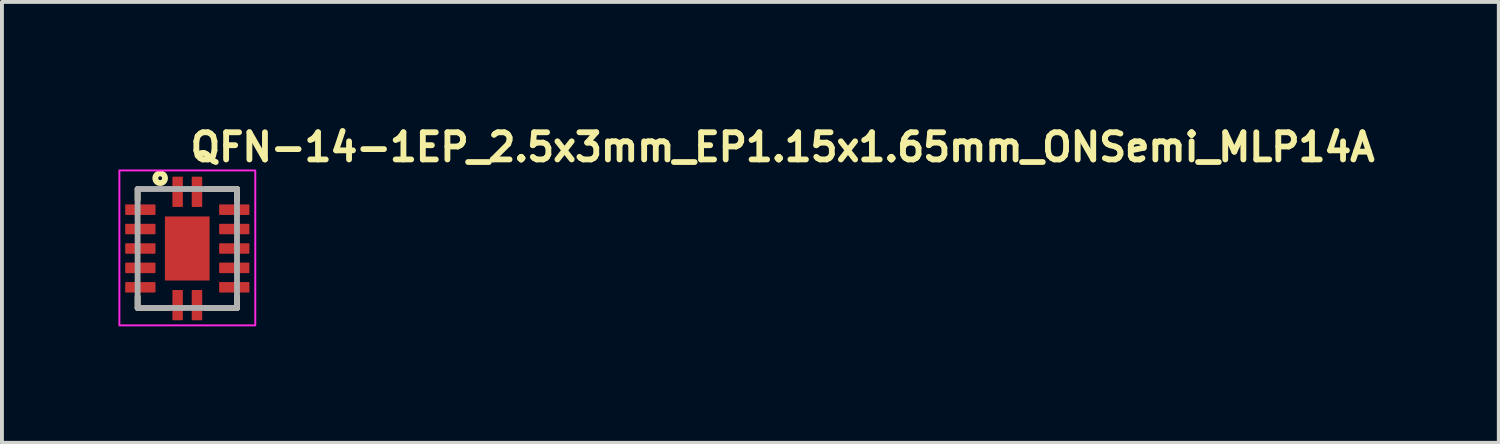
<source format=kicad_pcb>
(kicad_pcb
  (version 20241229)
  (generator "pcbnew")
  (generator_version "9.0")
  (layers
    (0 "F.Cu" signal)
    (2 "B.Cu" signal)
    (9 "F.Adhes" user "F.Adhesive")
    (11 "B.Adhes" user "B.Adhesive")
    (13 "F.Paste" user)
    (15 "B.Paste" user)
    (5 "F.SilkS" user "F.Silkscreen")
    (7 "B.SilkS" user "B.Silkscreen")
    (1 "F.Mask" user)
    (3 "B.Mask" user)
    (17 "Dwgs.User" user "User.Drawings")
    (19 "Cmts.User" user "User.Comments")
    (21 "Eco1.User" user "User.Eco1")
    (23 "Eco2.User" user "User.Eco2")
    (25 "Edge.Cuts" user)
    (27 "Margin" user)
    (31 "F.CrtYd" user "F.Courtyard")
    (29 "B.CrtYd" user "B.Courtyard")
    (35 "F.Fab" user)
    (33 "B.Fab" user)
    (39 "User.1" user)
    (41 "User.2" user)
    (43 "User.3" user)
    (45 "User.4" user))
  (footprint "QFN-14-1EP_2.5x3mm_EP1.15x1.65mm_ONSemi_MLP14A"
    (layer "F.Cu")
    (at 1.775 3.35)
    (property "Reference" "QFN-14-1EP_2.5x3mm_EP1.15x1.65mm_ONSemi_MLP14A" (at 0 -2.2 0) (layer "F.SilkS") (effects (font (size 0.7 0.7) (thickness 0.15)) (justify left bottom)))
    (attr smd)
    (fp_line (start -1.28 -1.53) (end -1.28 -1.25) (stroke (width 0.15) (type solid)) (layer "F.SilkS"))
    (fp_line (start -1.28 1.241) (end -1.279 1.532) (stroke (width 0.15) (type solid)) (layer "F.SilkS"))
    (fp_line (start -0.49 1.532) (end -1.279 1.532) (stroke (width 0.15) (type solid)) (layer "F.SilkS"))
    (fp_line (start 0.49 -1.532) (end 1.279 -1.532) (stroke (width 0.15) (type solid)) (layer "F.SilkS"))
    (fp_line (start 0.49 1.532) (end 1.279 1.532) (stroke (width 0.15) (type solid)) (layer "F.SilkS"))
    (fp_line (start 1.28 -1.24) (end 1.279 -1.532) (stroke (width 0.15) (type solid)) (layer "F.SilkS"))
    (fp_line (start 1.28 1.241) (end 1.279 1.532) (stroke (width 0.15) (type solid)) (layer "F.SilkS"))
    (fp_circle (center -0.7 -1.81) (end -0.65 -1.81) (stroke (width 0.15) (type solid)) (fill no) (layer "F.SilkS"))
    (fp_poly (pts (xy -0.382 -0.697) (xy 0.378 -0.697) (xy 0.378 -0.066) (xy -0.382 -0.066)) (stroke (width 0.01) (type solid)) (fill yes) (layer "F.Paste"))
    (fp_poly (pts (xy -0.382 0.063) (xy 0.378 0.063) (xy 0.378 0.693) (xy -0.382 0.693)) (stroke (width 0.01) (type solid)) (fill yes) (layer "F.Paste"))
    (fp_rect (start -1.75 -2.01) (end 1.75 1.98) (stroke (width 0.05) (type solid)) (fill no) (layer "F.CrtYd"))
    (fp_line (start -1.281 -1.532) (end 1.279 -1.532) (stroke (width 0.15) (type solid)) (layer "F.Fab"))
    (fp_line (start -1.281 1.531) (end -1.281 -1.532) (stroke (width 0.15) (type solid)) (layer "F.Fab"))
    (fp_line (start 1.279 -1.532) (end 1.279 1.531) (stroke (width 0.15) (type solid)) (layer "F.Fab"))
    (fp_line (start 1.279 1.531) (end -1.281 1.531) (stroke (width 0.15) (type solid)) (layer "F.Fab"))
    (fp_rect (start -1.295 -1.549) (end 1.294 1.548) (stroke (width 0.1) (type solid)) (fill no) (layer "User.5"))
    (fp_line (start -1.295 -0.887) (end -1.295 -1.115) (stroke (width 0.02) (type solid)) (layer "User.9"))
    (fp_line (start -1.295 -0.887) (end -1.246 -0.887) (stroke (width 0.02) (type solid)) (layer "User.9"))
    (fp_line (start -1.295 -0.388) (end -1.295 -0.616) (stroke (width 0.02) (type solid)) (layer "User.9"))
    (fp_line (start -1.295 -0.388) (end -1.246 -0.388) (stroke (width 0.02) (type solid)) (layer "User.9"))
    (fp_line (start -1.295 0.114) (end -1.295 -0.115) (stroke (width 0.02) (type solid)) (layer "User.9"))
    (fp_line (start -1.295 0.114) (end -1.246 0.114) (stroke (width 0.02) (type solid)) (layer "User.9"))
    (fp_line (start -1.295 0.612) (end -1.295 0.387) (stroke (width 0.02) (type solid)) (layer "User.9"))
    (fp_line (start -1.295 0.612) (end -1.246 0.612) (stroke (width 0.02) (type solid)) (layer "User.9"))
    (fp_line (start -1.295 1.112) (end -1.295 0.886) (stroke (width 0.02) (type solid)) (layer "User.9"))
    (fp_line (start -1.295 1.112) (end -1.246 1.112) (stroke (width 0.02) (type solid)) (layer "User.9"))
    (fp_line (start -1.246 -1.5) (end -1.246 1.499) (stroke (width 0.02) (type solid)) (layer "User.9"))
    (fp_line (start -1.246 -1.115) (end -1.295 -1.115) (stroke (width 0.02) (type solid)) (layer "User.9"))
    (fp_line (start -1.246 -0.616) (end -1.295 -0.616) (stroke (width 0.02) (type solid)) (layer "User.9"))
    (fp_line (start -1.246 -0.115) (end -1.295 -0.115) (stroke (width 0.02) (type solid)) (layer "User.9"))
    (fp_line (start -1.246 0.387) (end -1.295 0.387) (stroke (width 0.02) (type solid)) (layer "User.9"))
    (fp_line (start -1.246 0.886) (end -1.295 0.886) (stroke (width 0.02) (type solid)) (layer "User.9"))
    (fp_line (start -1.246 1.499) (end 1.245 1.499) (stroke (width 0.02) (type solid)) (layer "User.9"))
    (fp_line (start -1.06 -1.004) (end -1.06 -1) (stroke (width 0.02) (type solid)) (layer "User.9"))
    (fp_line (start -1.06 -1) (end -1.06 -1) (stroke (width 0.02) (type solid)) (layer "User.9"))
    (fp_line (start -1.06 -1) (end -1.06 -0.996) (stroke (width 0.02) (type solid)) (layer "User.9"))
    (fp_line (start -1.06 -0.996) (end -1.059 -0.994) (stroke (width 0.02) (type solid)) (layer "User.9"))
    (fp_line (start -1.059 -1.01) (end -1.059 -1.006) (stroke (width 0.02) (type solid)) (layer "User.9"))
    (fp_line (start -1.059 -1.006) (end -1.06 -1.004) (stroke (width 0.02) (type solid)) (layer "User.9"))
    (fp_line (start -1.059 -0.994) (end -1.059 -0.991) (stroke (width 0.02) (type solid)) (layer "User.9"))
    (fp_line (start -1.059 -0.991) (end -1.058 -0.988) (stroke (width 0.02) (type solid)) (layer "User.9"))
    (fp_line (start -1.058 -1.016) (end -1.058 -1.014) (stroke (width 0.02) (type solid)) (layer "User.9"))
    (fp_line (start -1.058 -1.014) (end -1.059 -1.01) (stroke (width 0.02) (type solid)) (layer "User.9"))
    (fp_line (start -1.058 -0.988) (end -1.058 -0.985) (stroke (width 0.02) (type solid)) (layer "User.9"))
    (fp_line (start -1.058 -0.985) (end -1.057 -0.982) (stroke (width 0.02) (type solid)) (layer "User.9"))
    (fp_line (start -1.057 -1.02) (end -1.058 -1.016) (stroke (width 0.02) (type solid)) (layer "User.9"))
    (fp_line (start -1.057 -0.982) (end -1.056 -0.98) (stroke (width 0.02) (type solid)) (layer "User.9"))
    (fp_line (start -1.056 -1.022) (end -1.057 -1.02) (stroke (width 0.02) (type solid)) (layer "User.9"))
    (fp_line (start -1.056 -0.98) (end -1.055 -0.977) (stroke (width 0.02) (type solid)) (layer "User.9"))
    (fp_line (start -1.055 -1.026) (end -1.056 -1.022) (stroke (width 0.02) (type solid)) (layer "User.9"))
    (fp_line (start -1.055 -0.977) (end -1.054 -0.975) (stroke (width 0.02) (type solid)) (layer "User.9"))
    (fp_line (start -1.054 -1.028) (end -1.055 -1.026) (stroke (width 0.02) (type solid)) (layer "User.9"))
    (fp_line (start -1.054 -0.975) (end -1.052 -0.972) (stroke (width 0.02) (type solid)) (layer "User.9"))
    (fp_line (start -1.052 -1.031) (end -1.054 -1.028) (stroke (width 0.02) (type solid)) (layer "User.9"))
    (fp_line (start -1.052 -0.972) (end -1.051 -0.969) (stroke (width 0.02) (type solid)) (layer "User.9"))
    (fp_line (start -1.051 -1.034) (end -1.052 -1.031) (stroke (width 0.02) (type solid)) (layer "User.9"))
    (fp_line (start -1.051 -0.969) (end -1.049 -0.967) (stroke (width 0.02) (type solid)) (layer "User.9"))
    (fp_line (start -1.049 -1.036) (end -1.051 -1.034) (stroke (width 0.02) (type solid)) (layer "User.9"))
    (fp_line (start -1.049 -0.967) (end -1.047 -0.964) (stroke (width 0.02) (type solid)) (layer "User.9"))
    (fp_line (start -1.047 -1.039) (end -1.049 -1.036) (stroke (width 0.02) (type solid)) (layer "User.9"))
    (fp_line (start -1.047 -0.964) (end -1.046 -0.962) (stroke (width 0.02) (type solid)) (layer "User.9"))
    (fp_line (start -1.046 -1.041) (end -1.047 -1.039) (stroke (width 0.02) (type solid)) (layer "User.9"))
    (fp_line (start -1.046 -0.962) (end -1.044 -0.96) (stroke (width 0.02) (type solid)) (layer "User.9"))
    (fp_line (start -1.044 -1.043) (end -1.046 -1.041) (stroke (width 0.02) (type solid)) (layer "User.9"))
    (fp_line (start -1.044 -0.96) (end -1.042 -0.957) (stroke (width 0.02) (type solid)) (layer "User.9"))
    (fp_line (start -1.042 -1.045) (end -1.044 -1.043) (stroke (width 0.02) (type solid)) (layer "User.9"))
    (fp_line (start -1.042 -0.957) (end -1.039 -0.955) (stroke (width 0.02) (type solid)) (layer "User.9"))
    (fp_line (start -1.039 -1.047) (end -1.042 -1.045) (stroke (width 0.02) (type solid)) (layer "User.9"))
    (fp_line (start -1.039 -0.955) (end -1.037 -0.953) (stroke (width 0.02) (type solid)) (layer "User.9"))
    (fp_line (start -1.037 -1.049) (end -1.039 -1.047) (stroke (width 0.02) (type solid)) (layer "User.9"))
    (fp_line (start -1.037 -0.953) (end -1.035 -0.952) (stroke (width 0.02) (type solid)) (layer "User.9"))
    (fp_line (start -1.035 -1.05) (end -1.037 -1.049) (stroke (width 0.02) (type solid)) (layer "User.9"))
    (fp_line (start -1.035 -0.952) (end -1.032 -0.95) (stroke (width 0.02) (type solid)) (layer "User.9"))
    (fp_line (start -1.032 -1.052) (end -1.035 -1.05) (stroke (width 0.02) (type solid)) (layer "User.9"))
    (fp_line (start -1.032 -0.95) (end -1.03 -0.947) (stroke (width 0.02) (type solid)) (layer "User.9"))
    (fp_line (start -1.03 -1.053) (end -1.032 -1.052) (stroke (width 0.02) (type solid)) (layer "User.9"))
    (fp_line (start -1.03 -0.947) (end -1.027 -0.946) (stroke (width 0.02) (type solid)) (layer "User.9"))
    (fp_line (start -1.027 -1.055) (end -1.03 -1.053) (stroke (width 0.02) (type solid)) (layer "User.9"))
    (fp_line (start -1.027 -0.946) (end -1.024 -0.944) (stroke (width 0.02) (type solid)) (layer "User.9"))
    (fp_line (start -1.024 -1.057) (end -1.027 -1.055) (stroke (width 0.02) (type solid)) (layer "User.9"))
    (fp_line (start -1.024 -0.944) (end -1.022 -0.943) (stroke (width 0.02) (type solid)) (layer "User.9"))
    (fp_line (start -1.022 -1.057) (end -1.024 -1.057) (stroke (width 0.02) (type solid)) (layer "User.9"))
    (fp_line (start -1.022 -0.943) (end -1.018 -0.942) (stroke (width 0.02) (type solid)) (layer "User.9"))
    (fp_line (start -1.018 -1.059) (end -1.022 -1.057) (stroke (width 0.02) (type solid)) (layer "User.9"))
    (fp_line (start -1.018 -0.942) (end -1.015 -0.941) (stroke (width 0.02) (type solid)) (layer "User.9"))
    (fp_line (start -1.015 -1.06) (end -1.018 -1.059) (stroke (width 0.02) (type solid)) (layer "User.9"))
    (fp_line (start -1.015 -0.941) (end -1.012 -0.94) (stroke (width 0.02) (type solid)) (layer "User.9"))
    (fp_line (start -1.012 -1.061) (end -1.015 -1.06) (stroke (width 0.02) (type solid)) (layer "User.9"))
    (fp_line (start -1.012 -0.94) (end -1.009 -0.94) (stroke (width 0.02) (type solid)) (layer "User.9"))
    (fp_line (start -1.009 -1.061) (end -1.012 -1.061) (stroke (width 0.02) (type solid)) (layer "User.9"))
    (fp_line (start -1.009 -0.94) (end -1.006 -0.939) (stroke (width 0.02) (type solid)) (layer "User.9"))
    (fp_line (start -1.006 -1.061) (end -1.009 -1.061) (stroke (width 0.02) (type solid)) (layer "User.9"))
    (fp_line (start -1.006 -0.939) (end -1.003 -0.939) (stroke (width 0.02) (type solid)) (layer "User.9"))
    (fp_line (start -1.003 -1.061) (end -1.006 -1.061) (stroke (width 0.02) (type solid)) (layer "User.9"))
    (fp_line (start -1.003 -0.939) (end -1 -0.938) (stroke (width 0.02) (type solid)) (layer "User.9"))
    (fp_line (start -1 -1.063) (end -1.003 -1.061) (stroke (width 0.02) (type solid)) (layer "User.9"))
    (fp_line (start -1 -0.938) (end -0.996 -0.938) (stroke (width 0.02) (type solid)) (layer "User.9"))
    (fp_line (start -0.996 -1.063) (end -1 -1.063) (stroke (width 0.02) (type solid)) (layer "User.9"))
    (fp_line (start -0.996 -1.063) (end -0.996 -1.063) (stroke (width 0.02) (type solid)) (layer "User.9"))
    (fp_line (start -0.996 -0.938) (end -0.996 -0.938) (stroke (width 0.02) (type solid)) (layer "User.9"))
    (fp_line (start -0.996 -0.938) (end -0.993 -0.938) (stroke (width 0.02) (type solid)) (layer "User.9"))
    (fp_line (start -0.993 -1.063) (end -0.996 -1.063) (stroke (width 0.02) (type solid)) (layer "User.9"))
    (fp_line (start -0.993 -0.938) (end -0.99 -0.939) (stroke (width 0.02) (type solid)) (layer "User.9"))
    (fp_line (start -0.99 -1.061) (end -0.993 -1.063) (stroke (width 0.02) (type solid)) (layer "User.9"))
    (fp_line (start -0.99 -0.939) (end -0.987 -0.939) (stroke (width 0.02) (type solid)) (layer "User.9"))
    (fp_line (start -0.987 -1.061) (end -0.99 -1.061) (stroke (width 0.02) (type solid)) (layer "User.9"))
    (fp_line (start -0.987 -0.939) (end -0.984 -0.94) (stroke (width 0.02) (type solid)) (layer "User.9"))
    (fp_line (start -0.984 -1.061) (end -0.987 -1.061) (stroke (width 0.02) (type solid)) (layer "User.9"))
    (fp_line (start -0.984 -0.94) (end -0.981 -0.94) (stroke (width 0.02) (type solid)) (layer "User.9"))
    (fp_line (start -0.981 -1.061) (end -0.984 -1.061) (stroke (width 0.02) (type solid)) (layer "User.9"))
    (fp_line (start -0.981 -0.94) (end -0.978 -0.941) (stroke (width 0.02) (type solid)) (layer "User.9"))
    (fp_line (start -0.978 -1.06) (end -0.981 -1.061) (stroke (width 0.02) (type solid)) (layer "User.9"))
    (fp_line (start -0.978 -0.941) (end -0.975 -0.942) (stroke (width 0.02) (type solid)) (layer "User.9"))
    (fp_line (start -0.975 -1.059) (end -0.978 -1.06) (stroke (width 0.02) (type solid)) (layer "User.9"))
    (fp_line (start -0.975 -0.942) (end -0.972 -0.943) (stroke (width 0.02) (type solid)) (layer "User.9"))
    (fp_line (start -0.972 -1.057) (end -0.975 -1.059) (stroke (width 0.02) (type solid)) (layer "User.9"))
    (fp_line (start -0.972 -0.943) (end -0.97 -0.944) (stroke (width 0.02) (type solid)) (layer "User.9"))
    (fp_line (start -0.97 -1.057) (end -0.972 -1.057) (stroke (width 0.02) (type solid)) (layer "User.9"))
    (fp_line (start -0.97 -0.944) (end -0.967 -0.946) (stroke (width 0.02) (type solid)) (layer "User.9"))
    (fp_line (start -0.967 -1.055) (end -0.97 -1.057) (stroke (width 0.02) (type solid)) (layer "User.9"))
    (fp_line (start -0.967 -0.946) (end -0.964 -0.947) (stroke (width 0.02) (type solid)) (layer "User.9"))
    (fp_line (start -0.964 -1.053) (end -0.967 -1.055) (stroke (width 0.02) (type solid)) (layer "User.9"))
    (fp_line (start -0.964 -0.947) (end -0.962 -0.95) (stroke (width 0.02) (type solid)) (layer "User.9"))
    (fp_line (start -0.962 -1.052) (end -0.964 -1.053) (stroke (width 0.02) (type solid)) (layer "User.9"))
    (fp_line (start -0.962 -0.95) (end -0.959 -0.952) (stroke (width 0.02) (type solid)) (layer "User.9"))
    (fp_line (start -0.959 -1.05) (end -0.962 -1.052) (stroke (width 0.02) (type solid)) (layer "User.9"))
    (fp_line (start -0.959 -0.952) (end -0.957 -0.953) (stroke (width 0.02) (type solid)) (layer "User.9"))
    (fp_line (start -0.957 -1.049) (end -0.959 -1.05) (stroke (width 0.02) (type solid)) (layer "User.9"))
    (fp_line (start -0.957 -0.953) (end -0.955 -0.955) (stroke (width 0.02) (type solid)) (layer "User.9"))
    (fp_line (start -0.955 -1.047) (end -0.957 -1.049) (stroke (width 0.02) (type solid)) (layer "User.9"))
    (fp_line (start -0.955 -0.955) (end -0.953 -0.957) (stroke (width 0.02) (type solid)) (layer "User.9"))
    (fp_line (start -0.953 -1.045) (end -0.955 -1.047) (stroke (width 0.02) (type solid)) (layer "User.9"))
    (fp_line (start -0.953 -0.957) (end -0.951 -0.96) (stroke (width 0.02) (type solid)) (layer "User.9"))
    (fp_line (start -0.951 -1.043) (end -0.953 -1.045) (stroke (width 0.02) (type solid)) (layer "User.9"))
    (fp_line (start -0.951 -0.96) (end -0.949 -0.962) (stroke (width 0.02) (type solid)) (layer "User.9"))
    (fp_line (start -0.949 -1.041) (end -0.951 -1.043) (stroke (width 0.02) (type solid)) (layer "User.9"))
    (fp_line (start -0.949 -0.962) (end -0.948 -0.964) (stroke (width 0.02) (type solid)) (layer "User.9"))
    (fp_line (start -0.948 -1.039) (end -0.949 -1.041) (stroke (width 0.02) (type solid)) (layer "User.9"))
    (fp_line (start -0.948 -0.964) (end -0.946 -0.967) (stroke (width 0.02) (type solid)) (layer "User.9"))
    (fp_line (start -0.946 -1.036) (end -0.948 -1.039) (stroke (width 0.02) (type solid)) (layer "User.9"))
    (fp_line (start -0.946 -0.967) (end -0.944 -0.969) (stroke (width 0.02) (type solid)) (layer "User.9"))
    (fp_line (start -0.944 -1.034) (end -0.946 -1.036) (stroke (width 0.02) (type solid)) (layer "User.9"))
    (fp_line (start -0.944 -0.969) (end -0.943 -0.972) (stroke (width 0.02) (type solid)) (layer "User.9"))
    (fp_line (start -0.943 -1.031) (end -0.944 -1.034) (stroke (width 0.02) (type solid)) (layer "User.9"))
    (fp_line (start -0.943 -0.972) (end -0.941 -0.975) (stroke (width 0.02) (type solid)) (layer "User.9"))
    (fp_line (start -0.941 -1.028) (end -0.943 -1.031) (stroke (width 0.02) (type solid)) (layer "User.9"))
    (fp_line (start -0.941 -0.975) (end -0.94 -0.977) (stroke (width 0.02) (type solid)) (layer "User.9"))
    (fp_line (start -0.94 -1.026) (end -0.941 -1.028) (stroke (width 0.02) (type solid)) (layer "User.9"))
    (fp_line (start -0.94 -0.977) (end -0.939 -0.98) (stroke (width 0.02) (type solid)) (layer "User.9"))
    (fp_line (start -0.939 -1.022) (end -0.94 -1.026) (stroke (width 0.02) (type solid)) (layer "User.9"))
    (fp_line (start -0.939 -0.98) (end -0.938 -0.982) (stroke (width 0.02) (type solid)) (layer "User.9"))
    (fp_line (start -0.938 -1.02) (end -0.939 -1.022) (stroke (width 0.02) (type solid)) (layer "User.9"))
    (fp_line (start -0.938 -0.982) (end -0.937 -0.985) (stroke (width 0.02) (type solid)) (layer "User.9"))
    (fp_line (start -0.937 -1.016) (end -0.938 -1.02) (stroke (width 0.02) (type solid)) (layer "User.9"))
    (fp_line (start -0.937 -1.014) (end -0.937 -1.016) (stroke (width 0.02) (type solid)) (layer "User.9"))
    (fp_line (start -0.937 -0.988) (end -0.936 -0.991) (stroke (width 0.02) (type solid)) (layer "User.9"))
    (fp_line (start -0.937 -0.985) (end -0.937 -0.988) (stroke (width 0.02) (type solid)) (layer "User.9"))
    (fp_line (start -0.936 -1.01) (end -0.937 -1.014) (stroke (width 0.02) (type solid)) (layer "User.9"))
    (fp_line (start -0.936 -1.006) (end -0.936 -1.01) (stroke (width 0.02) (type solid)) (layer "User.9"))
    (fp_line (start -0.936 -0.994) (end -0.935 -0.996) (stroke (width 0.02) (type solid)) (layer "User.9"))
    (fp_line (start -0.936 -0.991) (end -0.936 -0.994) (stroke (width 0.02) (type solid)) (layer "User.9"))
    (fp_line (start -0.935 -1.004) (end -0.936 -1.006) (stroke (width 0.02) (type solid)) (layer "User.9"))
    (fp_line (start -0.935 -1) (end -0.935 -1.004) (stroke (width 0.02) (type solid)) (layer "User.9"))
    (fp_line (start -0.935 -1) (end -0.935 -1) (stroke (width 0.02) (type solid)) (layer "User.9"))
    (fp_line (start -0.935 -1) (end -0.935 -1) (stroke (width 0.02) (type solid)) (layer "User.9"))
    (fp_line (start -0.935 -0.996) (end -0.935 -1) (stroke (width 0.02) (type solid)) (layer "User.9"))
    (fp_line (start -0.365 -1.549) (end -0.365 -1.5) (stroke (width 0.02) (type solid)) (layer "User.9"))
    (fp_line (start -0.365 -1.549) (end -0.137 -1.549) (stroke (width 0.02) (type solid)) (layer "User.9"))
    (fp_line (start -0.365 1.499) (end -0.365 1.548) (stroke (width 0.02) (type solid)) (layer "User.9"))
    (fp_line (start -0.137 -1.5) (end -0.137 -1.549) (stroke (width 0.02) (type solid)) (layer "User.9"))
    (fp_line (start -0.137 1.548) (end -0.365 1.548) (stroke (width 0.02) (type solid)) (layer "User.9"))
    (fp_line (start -0.137 1.548) (end -0.137 1.499) (stroke (width 0.02) (type solid)) (layer "User.9"))
    (fp_line (start 0.136 -1.549) (end 0.136 -1.5) (stroke (width 0.02) (type solid)) (layer "User.9"))
    (fp_line (start 0.136 -1.549) (end 0.362 -1.549) (stroke (width 0.02) (type solid)) (layer "User.9"))
    (fp_line (start 0.136 1.499) (end 0.136 1.548) (stroke (width 0.02) (type solid)) (layer "User.9"))
    (fp_line (start 0.362 -1.5) (end 0.362 -1.549) (stroke (width 0.02) (type solid)) (layer "User.9"))
    (fp_line (start 0.362 1.548) (end 0.136 1.548) (stroke (width 0.02) (type solid)) (layer "User.9"))
    (fp_line (start 0.362 1.548) (end 0.362 1.499) (stroke (width 0.02) (type solid)) (layer "User.9"))
    (fp_line (start 1.245 -1.5) (end -1.246 -1.5) (stroke (width 0.02) (type solid)) (layer "User.9"))
    (fp_line (start 1.245 -0.887) (end 1.294 -0.887) (stroke (width 0.02) (type solid)) (layer "User.9"))
    (fp_line (start 1.245 -0.388) (end 1.294 -0.388) (stroke (width 0.02) (type solid)) (layer "User.9"))
    (fp_line (start 1.245 0.114) (end 1.294 0.114) (stroke (width 0.02) (type solid)) (layer "User.9"))
    (fp_line (start 1.245 0.612) (end 1.294 0.612) (stroke (width 0.02) (type solid)) (layer "User.9"))
    (fp_line (start 1.245 1.112) (end 1.294 1.112) (stroke (width 0.02) (type solid)) (layer "User.9"))
    (fp_line (start 1.245 1.499) (end 1.245 -1.5) (stroke (width 0.02) (type solid)) (layer "User.9"))
    (fp_line (start 1.294 -1.115) (end 1.245 -1.115) (stroke (width 0.02) (type solid)) (layer "User.9"))
    (fp_line (start 1.294 -1.115) (end 1.294 -0.887) (stroke (width 0.02) (type solid)) (layer "User.9"))
    (fp_line (start 1.294 -0.616) (end 1.245 -0.616) (stroke (width 0.02) (type solid)) (layer "User.9"))
    (fp_line (start 1.294 -0.616) (end 1.294 -0.388) (stroke (width 0.02) (type solid)) (layer "User.9"))
    (fp_line (start 1.294 -0.115) (end 1.245 -0.115) (stroke (width 0.02) (type solid)) (layer "User.9"))
    (fp_line (start 1.294 -0.115) (end 1.294 0.114) (stroke (width 0.02) (type solid)) (layer "User.9"))
    (fp_line (start 1.294 0.387) (end 1.245 0.387) (stroke (width 0.02) (type solid)) (layer "User.9"))
    (fp_line (start 1.294 0.387) (end 1.294 0.612) (stroke (width 0.02) (type solid)) (layer "User.9"))
    (fp_line (start 1.294 0.886) (end 1.245 0.886) (stroke (width 0.02) (type solid)) (layer "User.9"))
    (fp_line (start 1.294 0.886) (end 1.294 1.112) (stroke (width 0.02) (type solid)) (layer "User.9"))
    (pad "1" smd roundrect (at -0.25 -1.46 90) (size 0.78 0.27) (layers "F.Cu" "F.Mask" "F.Paste") (roundrect_rratio 0.07))
    (pad "2" smd roundrect (at -1.21 -1 180) (size 0.78 0.27) (layers "F.Cu" "F.Mask" "F.Paste") (roundrect_rratio 0.07))
    (pad "3" smd roundrect (at -1.21 -0.501 180) (size 0.78 0.27) (layers "F.Cu" "F.Mask" "F.Paste") (roundrect_rratio 0.07))
    (pad "4" smd roundrect (at -1.21 0 180) (size 0.78 0.27) (layers "F.Cu" "F.Mask" "F.Paste") (roundrect_rratio 0.07))
    (pad "5" smd roundrect (at -1.21 0.499 180) (size 0.78 0.27) (layers "F.Cu" "F.Mask" "F.Paste") (roundrect_rratio 0.07))
    (pad "6" smd roundrect (at -1.21 0.999 180) (size 0.78 0.27) (layers "F.Cu" "F.Mask" "F.Paste") (roundrect_rratio 0.07))
    (pad "7" smd roundrect (at -0.25 1.459 270) (size 0.78 0.27) (layers "F.Cu" "F.Mask" "F.Paste") (roundrect_rratio 0.07))
    (pad "8" smd roundrect (at 0.248 1.459 270) (size 0.78 0.27) (layers "F.Cu" "F.Mask" "F.Paste") (roundrect_rratio 0.07))
    (pad "9" smd roundrect (at 1.209 0.999) (size 0.78 0.27) (layers "F.Cu" "F.Mask" "F.Paste") (roundrect_rratio 0.07))
    (pad "10" smd roundrect (at 1.209 0.499) (size 0.78 0.27) (layers "F.Cu" "F.Mask" "F.Paste") (roundrect_rratio 0.07))
    (pad "11" smd roundrect (at 1.209 0) (size 0.78 0.27) (layers "F.Cu" "F.Mask" "F.Paste") (roundrect_rratio 0.07))
    (pad "12" smd roundrect (at 1.209 -0.501) (size 0.78 0.27) (layers "F.Cu" "F.Mask" "F.Paste") (roundrect_rratio 0.07))
    (pad "13" smd roundrect (at 1.209 -1) (size 0.78 0.27) (layers "F.Cu" "F.Mask" "F.Paste") (roundrect_rratio 0.07))
    (pad "14" smd roundrect (at 0.248 -1.46 90) (size 0.78 0.27) (layers "F.Cu" "F.Mask" "F.Paste") (roundrect_rratio 0.07))
    (pad "15" smd rect (at -0.002 0 90) (size 1.65 1.15) (layers "F.Cu" "F.Mask")))
  (gr_rect
    (start -3 -3)
    (end 35.552 8.355)
    (stroke (width 0.1) (type default))
    (fill no)
    (layer "Edge.Cuts")))
</source>
